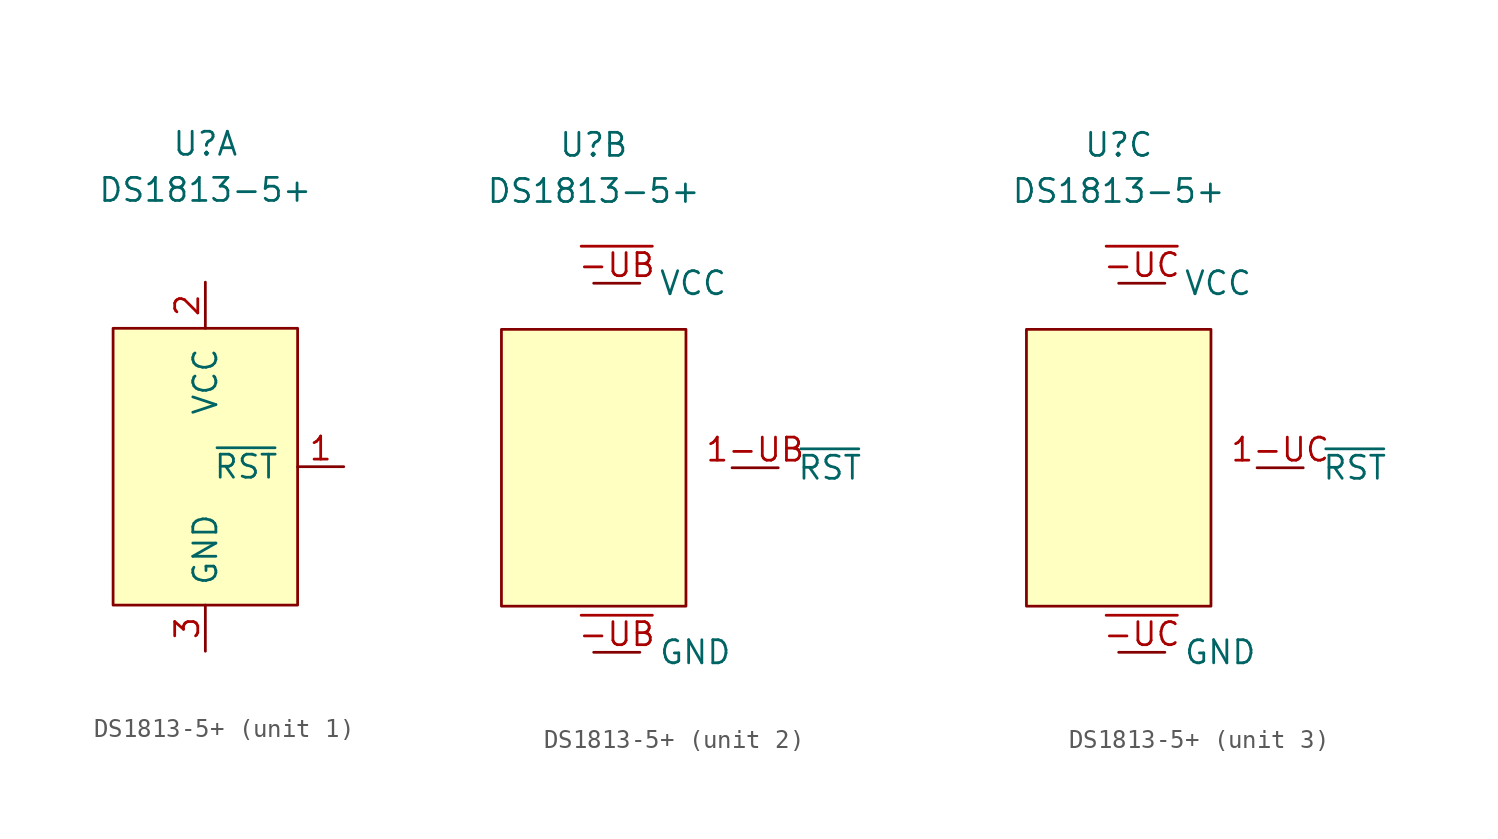
<source format=kicad_sym>
(kicad_symbol_lib
  (version 20211014)
  (generator kicad_symbol_editor)
  (symbol "DS1813-5+"
    (pin_names
      (offset 1.016))
    (property "Reference" "U"
      (at 0 2.54 0)
      (effects (font (size 1.27 1.27))))
    (property "Value" "DS1813-5+"
      (at 0 0 0)
      (effects (font (size 1.27 1.27))))
    (symbol "DS1813-5+_0_1"
      (rectangle (start -5.08 -7.62) (end 5.08 -22.86) (stroke (width 0) (type default) (color 0 0 0 0)) (fill (type background))))
    (symbol "DS1813-5+_1_1"
      (pin bidirectional line (at 7.62 -15.24 180) (length 2.54) (name "~{RST}" (effects (font (size 1.27 1.27)))) (number "1" (effects (font (size 1.27 1.27)))))
      (pin power_in line (at 0 -5.08 270) (length 2.54) (name "VCC" (effects (font (size 1.27 1.27)))) (number "2" (effects (font (size 1.27 1.27)))))
      (pin power_in line (at 0 -25.4 90) (length 2.54) (name "GND" (effects (font (size 1.27 1.27)))) (number "3" (effects (font (size 1.27 1.27))))))
    (symbol "DS1813-5+_2_1"
      (pin bidirectional line (at 7.62 -15.24 0) (length 2.54) (name "~{RST}" (effects (font (size 1.27 1.27)))) (number "1-UB" (effects (font (size 1.27 1.27)))))
      (pin unspecified line (at 0 -25.4 0) (length 2.54) (name "GND" (effects (font (size 1.27 1.27)))) (number "~{-UB}" (effects (font (size 1.27 1.27)))))
      (pin power_in line (at 0 -5.08 0) (length 2.54) (name "VCC" (effects (font (size 1.27 1.27)))) (number "~{-UB}" (effects (font (size 1.27 1.27))))))
    (symbol "DS1813-5+_3_1"
      (pin bidirectional line (at 7.62 -15.24 0) (length 2.54) (name "~{RST}" (effects (font (size 1.27 1.27)))) (number "1-UC" (effects (font (size 1.27 1.27)))))
      (pin unspecified line (at 0 -25.4 0) (length 2.54) (name "GND" (effects (font (size 1.27 1.27)))) (number "~{-UC}" (effects (font (size 1.27 1.27)))))
      (pin power_in line (at 0 -5.08 0) (length 2.54) (name "VCC" (effects (font (size 1.27 1.27)))) (number "~{-UC}" (effects (font (size 1.27 1.27))))))))
</source>
